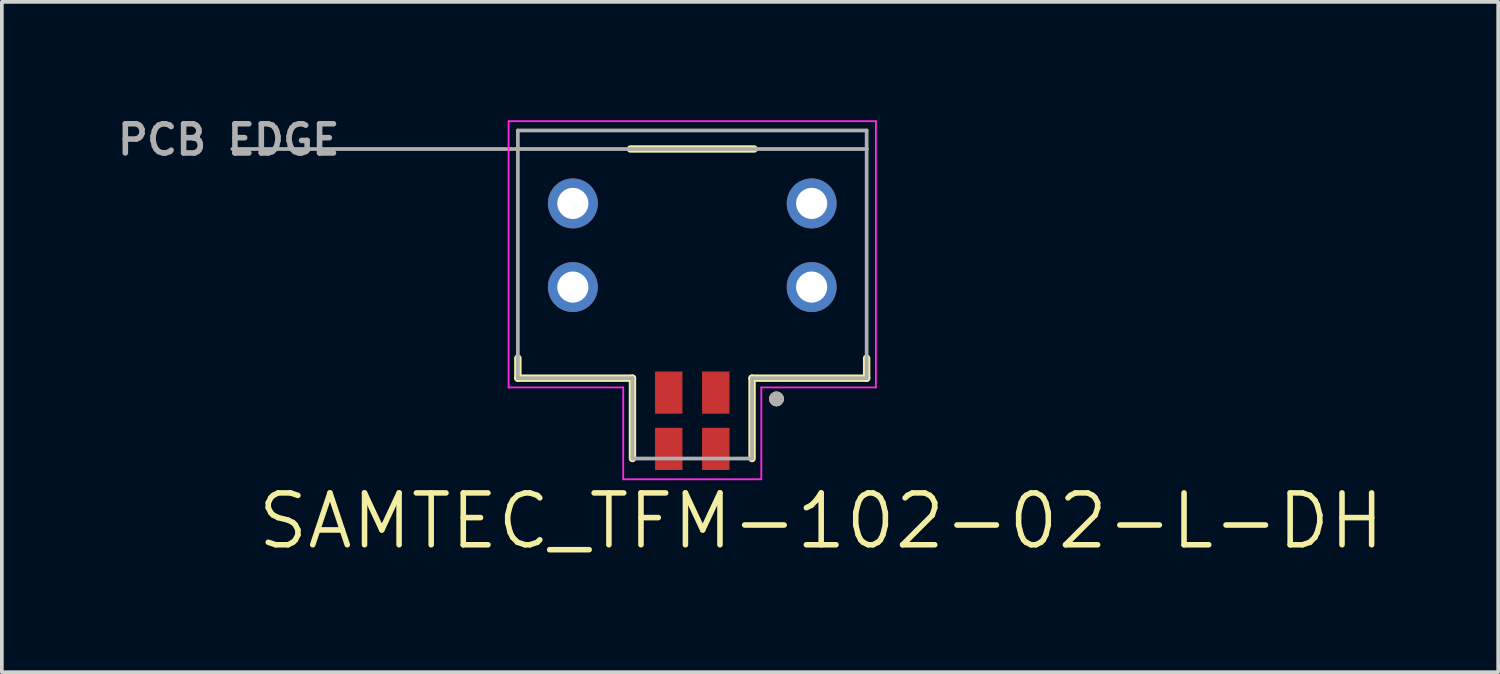
<source format=kicad_pcb>
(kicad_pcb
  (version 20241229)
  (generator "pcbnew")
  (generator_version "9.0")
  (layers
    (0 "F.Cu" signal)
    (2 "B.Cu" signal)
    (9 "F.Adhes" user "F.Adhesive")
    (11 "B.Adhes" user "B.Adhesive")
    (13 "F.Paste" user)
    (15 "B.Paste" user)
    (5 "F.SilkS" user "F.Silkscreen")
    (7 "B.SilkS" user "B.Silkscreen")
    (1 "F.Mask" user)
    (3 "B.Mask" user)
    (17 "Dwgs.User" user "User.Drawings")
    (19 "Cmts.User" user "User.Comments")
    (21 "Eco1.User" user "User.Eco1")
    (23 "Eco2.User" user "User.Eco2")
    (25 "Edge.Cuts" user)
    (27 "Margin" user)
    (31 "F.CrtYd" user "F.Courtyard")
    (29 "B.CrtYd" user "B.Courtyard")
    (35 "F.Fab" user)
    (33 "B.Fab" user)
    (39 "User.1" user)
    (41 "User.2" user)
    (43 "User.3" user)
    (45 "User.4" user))
  (footprint "SAMTEC_TFM-102-02-L-DH"
    (layer "F.Cu")
    (at 15.647 0.974)
    (property "Reference" "SAMTEC_TFM-102-02-L-DH" (at 3.482 10.049 0) (layer "F.SilkS") (effects (font (size 1.4 1.4) (thickness 0.15))))
    (attr smd)
    (fp_line (start -4.71 5.65) (end -4.71 6.19) (stroke (width 0.2) (type solid)) (layer "F.SilkS"))
    (fp_line (start -4.71 6.19) (end -1.615 6.19) (stroke (width 0.2) (type solid)) (layer "F.SilkS"))
    (fp_line (start -1.67 0) (end 1.67 0) (stroke (width 0.2) (type solid)) (layer "F.SilkS"))
    (fp_line (start -1.615 6.19) (end -1.615 8.36) (stroke (width 0.2) (type solid)) (layer "F.SilkS"))
    (fp_line (start 1.615 6.19) (end 1.615 8.36) (stroke (width 0.2) (type solid)) (layer "F.SilkS"))
    (fp_line (start 4.71 5.65) (end 4.71 6.19) (stroke (width 0.2) (type solid)) (layer "F.SilkS"))
    (fp_line (start 4.71 6.19) (end 1.615 6.19) (stroke (width 0.2) (type solid)) (layer "F.SilkS"))
    (fp_circle (center 2.275 6.75) (end 2.375 6.75) (stroke (width 0.2) (type solid)) (fill no) (layer "F.SilkS"))
    (fp_poly (pts (xy -4.605 0.12) (xy -2.145 0.12) (xy -2.145 2.41) (xy -4.605 2.41)) (stroke (width 0.01) (type solid)) (fill yes) (layer "F.Paste"))
    (fp_poly (pts (xy -4.605 2.79) (xy -2.145 2.79) (xy -2.145 5.25) (xy -4.605 5.25)) (stroke (width 0.01) (type solid)) (fill yes) (layer "F.Paste"))
    (fp_poly (pts (xy 2.145 0.12) (xy 4.605 0.12) (xy 4.605 2.41) (xy 2.145 2.41)) (stroke (width 0.01) (type solid)) (fill yes) (layer "F.Paste"))
    (fp_poly (pts (xy 2.145 2.79) (xy 4.605 2.79) (xy 4.605 5.25) (xy 2.145 5.25)) (stroke (width 0.01) (type solid)) (fill yes) (layer "F.Paste"))
    (fp_line (start -4.96 -0.75) (end 4.96 -0.75) (stroke (width 0.05) (type solid)) (layer "F.CrtYd"))
    (fp_line (start -4.96 6.44) (end -4.96 -0.75) (stroke (width 0.05) (type solid)) (layer "F.CrtYd"))
    (fp_line (start -1.865 6.44) (end -4.96 6.44) (stroke (width 0.05) (type solid)) (layer "F.CrtYd"))
    (fp_line (start -1.865 8.92) (end -1.865 6.44) (stroke (width 0.05) (type solid)) (layer "F.CrtYd"))
    (fp_line (start 1.865 6.44) (end 1.865 8.92) (stroke (width 0.05) (type solid)) (layer "F.CrtYd"))
    (fp_line (start 1.865 8.92) (end -1.865 8.92) (stroke (width 0.05) (type solid)) (layer "F.CrtYd"))
    (fp_line (start 4.96 -0.75) (end 4.96 6.44) (stroke (width 0.05) (type solid)) (layer "F.CrtYd"))
    (fp_line (start 4.96 6.44) (end 1.865 6.44) (stroke (width 0.05) (type solid)) (layer "F.CrtYd"))
    (fp_line (start -4.71 -0.5) (end 4.71 -0.5) (stroke (width 0.1) (type solid)) (layer "F.Fab"))
    (fp_line (start -4.71 6.19) (end -4.71 -0.5) (stroke (width 0.1) (type solid)) (layer "F.Fab"))
    (fp_line (start -1.615 6.19) (end -4.71 6.19) (stroke (width 0.1) (type solid)) (layer "F.Fab"))
    (fp_line (start -1.615 8.36) (end -1.615 6.19) (stroke (width 0.1) (type solid)) (layer "F.Fab"))
    (fp_line (start 1.615 6.19) (end 1.615 8.36) (stroke (width 0.1) (type solid)) (layer "F.Fab"))
    (fp_line (start 1.615 8.36) (end -1.615 8.36) (stroke (width 0.1) (type solid)) (layer "F.Fab"))
    (fp_line (start 4.71 -0.5) (end 4.71 0) (stroke (width 0.1) (type solid)) (layer "F.Fab"))
    (fp_line (start 4.71 0) (end -12.42 0) (stroke (width 0.1) (type solid)) (layer "F.Fab"))
    (fp_line (start 4.71 0) (end 4.71 6.19) (stroke (width 0.1) (type solid)) (layer "F.Fab"))
    (fp_line (start 4.71 6.19) (end 1.615 6.19) (stroke (width 0.1) (type solid)) (layer "F.Fab"))
    (fp_circle (center 2.275 6.75) (end 2.375 6.75) (stroke (width 0.2) (type solid)) (fill no) (layer "F.Fab"))
    (fp_text user "PCB EDGE" (at -12.52 -0.25 0) (layer "F.Fab") (effects (font (size 0.787 0.787) (thickness 0.15))))
    (pad "01" smd rect (at 0.635 6.58) (size 0.74 1.14) (layers "F.Cu" "F.Mask" "F.Paste"))
    (pad "02" smd rect (at 0.635 8.1) (size 0.74 1.14) (layers "F.Cu" "F.Mask" "F.Paste"))
    (pad "03" smd rect (at -0.635 6.58) (size 0.74 1.14) (layers "F.Cu" "F.Mask" "F.Paste"))
    (pad "04" smd rect (at -0.635 8.1) (size 0.74 1.14) (layers "F.Cu" "F.Mask" "F.Paste"))
    (pad "P1" thru_hole circle (at 3.225 1.47) (size 1.348 1.348) (drill 0.84) (layers "*.Cu" "*.Mask"))
    (pad "P2" thru_hole circle (at -3.225 1.47) (size 1.348 1.348) (drill 0.84) (layers "*.Cu" "*.Mask"))
    (pad "P3" thru_hole circle (at 3.225 3.73) (size 1.348 1.348) (drill 0.84) (layers "*.Cu" "*.Mask"))
    (pad "P4" thru_hole circle (at -3.225 3.73) (size 1.348 1.348) (drill 0.84) (layers "*.Cu" "*.Mask")))
  (gr_rect
    (start -3 -3)
    (end 37.414 15.105)
    (stroke (width 0.1) (type default))
    (fill no)
    (layer "Edge.Cuts")))
</source>
